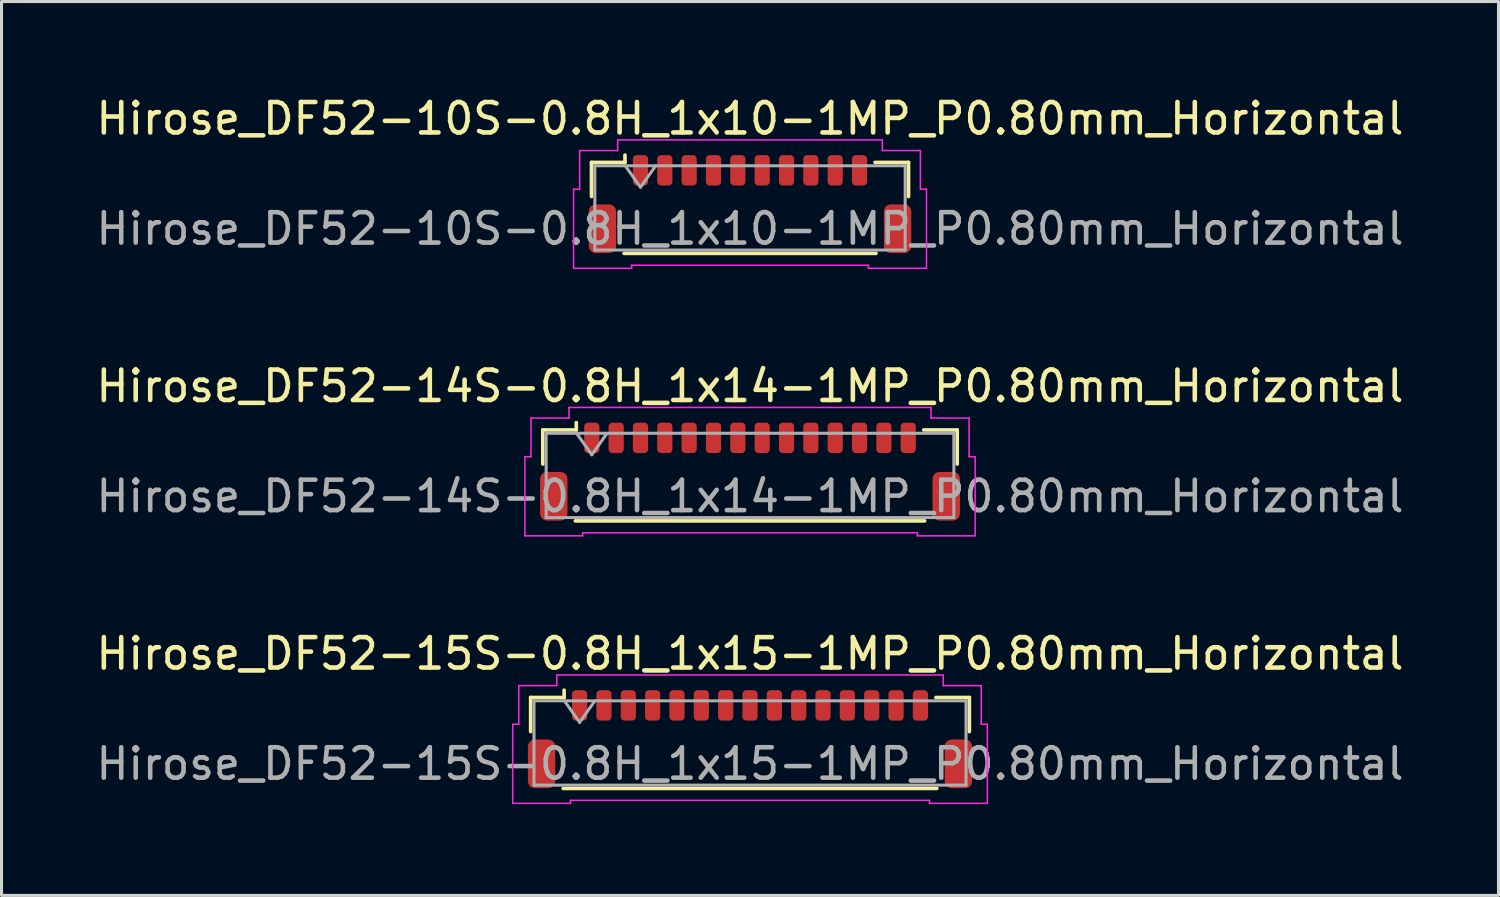
<source format=kicad_pcb>
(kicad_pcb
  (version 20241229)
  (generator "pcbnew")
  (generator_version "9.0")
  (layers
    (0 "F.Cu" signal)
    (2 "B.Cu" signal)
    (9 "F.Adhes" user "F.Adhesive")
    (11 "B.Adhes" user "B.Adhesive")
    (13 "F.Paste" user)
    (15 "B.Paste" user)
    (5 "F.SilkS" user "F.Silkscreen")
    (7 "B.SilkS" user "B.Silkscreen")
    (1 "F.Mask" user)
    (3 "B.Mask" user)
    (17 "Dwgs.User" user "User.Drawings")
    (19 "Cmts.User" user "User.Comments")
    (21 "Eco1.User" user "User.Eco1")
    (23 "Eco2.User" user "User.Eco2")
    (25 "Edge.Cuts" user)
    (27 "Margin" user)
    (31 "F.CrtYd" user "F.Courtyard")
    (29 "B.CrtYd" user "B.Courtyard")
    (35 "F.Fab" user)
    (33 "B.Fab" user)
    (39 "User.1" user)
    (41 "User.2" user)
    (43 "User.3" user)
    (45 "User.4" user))
  (footprint "Hirose_DF52-14S-0.8H_1x14-1MP_P0.80mm_Horizontal"
    (layer "F.Cu")
    (at 21.601 12.451)
    (property "Reference" "Hirose_DF52-14S-0.8H_1x14-1MP_P0.80mm_Horizontal" (at 0 -2.81 0) (layer "F.SilkS") (effects (font (size 1 1) (thickness 0.15))))
    (attr smd)
    (fp_line (start -6.81 -1.37) (end -5.71 -1.37) (stroke (width 0.12) (type solid)) (layer "F.SilkS"))
    (fp_line (start -6.81 -0.25) (end -6.81 -1.37) (stroke (width 0.12) (type solid)) (layer "F.SilkS"))
    (fp_line (start -5.74 1.62) (end 5.74 1.62) (stroke (width 0.12) (type solid)) (layer "F.SilkS"))
    (fp_line (start -5.71 -1.37) (end -5.71 -1.61) (stroke (width 0.12) (type solid)) (layer "F.SilkS"))
    (fp_line (start 6.81 -1.37) (end 5.71 -1.37) (stroke (width 0.12) (type solid)) (layer "F.SilkS"))
    (fp_line (start 6.81 -0.25) (end 6.81 -1.37) (stroke (width 0.12) (type solid)) (layer "F.SilkS"))
    (fp_line (start -7.4 -0.49) (end -7.2 -0.49) (stroke (width 0.05) (type solid)) (layer "F.CrtYd"))
    (fp_line (start -7.4 2.11) (end -7.4 -0.49) (stroke (width 0.05) (type solid)) (layer "F.CrtYd"))
    (fp_line (start -7.2 -1.76) (end -5.95 -1.76) (stroke (width 0.05) (type solid)) (layer "F.CrtYd"))
    (fp_line (start -7.2 -0.49) (end -7.2 -1.76) (stroke (width 0.05) (type solid)) (layer "F.CrtYd"))
    (fp_line (start -5.95 -2.11) (end 5.95 -2.11) (stroke (width 0.05) (type solid)) (layer "F.CrtYd"))
    (fp_line (start -5.95 -1.76) (end -5.95 -2.11) (stroke (width 0.05) (type solid)) (layer "F.CrtYd"))
    (fp_line (start -5.5 2.01) (end -5.5 2.11) (stroke (width 0.05) (type solid)) (layer "F.CrtYd"))
    (fp_line (start -5.5 2.11) (end -7.4 2.11) (stroke (width 0.05) (type solid)) (layer "F.CrtYd"))
    (fp_line (start 5.5 2.01) (end -5.5 2.01) (stroke (width 0.05) (type solid)) (layer "F.CrtYd"))
    (fp_line (start 5.5 2.11) (end 5.5 2.01) (stroke (width 0.05) (type solid)) (layer "F.CrtYd"))
    (fp_line (start 5.95 -2.11) (end 5.95 -1.76) (stroke (width 0.05) (type solid)) (layer "F.CrtYd"))
    (fp_line (start 5.95 -1.76) (end 7.2 -1.76) (stroke (width 0.05) (type solid)) (layer "F.CrtYd"))
    (fp_line (start 7.2 -1.76) (end 7.2 -0.49) (stroke (width 0.05) (type solid)) (layer "F.CrtYd"))
    (fp_line (start 7.2 -0.49) (end 7.4 -0.49) (stroke (width 0.05) (type solid)) (layer "F.CrtYd"))
    (fp_line (start 7.4 -0.49) (end 7.4 2.11) (stroke (width 0.05) (type solid)) (layer "F.CrtYd"))
    (fp_line (start 7.4 2.11) (end 5.5 2.11) (stroke (width 0.05) (type solid)) (layer "F.CrtYd"))
    (fp_line (start -6.7 -1.26) (end -6.7 1.51) (stroke (width 0.1) (type solid)) (layer "F.Fab"))
    (fp_line (start -6.7 -1.26) (end 6.7 -1.26) (stroke (width 0.1) (type solid)) (layer "F.Fab"))
    (fp_line (start -6.7 1.51) (end 6.7 1.51) (stroke (width 0.1) (type solid)) (layer "F.Fab"))
    (fp_line (start -5.7 -1.26) (end -5.2 -0.553) (stroke (width 0.1) (type solid)) (layer "F.Fab"))
    (fp_line (start -5.2 -0.553) (end -4.7 -1.26) (stroke (width 0.1) (type solid)) (layer "F.Fab"))
    (fp_line (start 6.7 -1.26) (end 6.7 1.51) (stroke (width 0.1) (type solid)) (layer "F.Fab"))
    (fp_text user "${REFERENCE}" (at 0 0.81 0) (layer "F.Fab") (effects (font (size 1 1) (thickness 0.15))))
    (pad "1" smd roundrect (at -5.2 -1.11) (size 0.5 1) (layers "F.Cu" "F.Mask" "F.Paste") (roundrect_rratio 0.25))
    (pad "2" smd roundrect (at -4.4 -1.11) (size 0.5 1) (layers "F.Cu" "F.Mask" "F.Paste") (roundrect_rratio 0.25))
    (pad "3" smd roundrect (at -3.6 -1.11) (size 0.5 1) (layers "F.Cu" "F.Mask" "F.Paste") (roundrect_rratio 0.25))
    (pad "4" smd roundrect (at -2.8 -1.11) (size 0.5 1) (layers "F.Cu" "F.Mask" "F.Paste") (roundrect_rratio 0.25))
    (pad "5" smd roundrect (at -2 -1.11) (size 0.5 1) (layers "F.Cu" "F.Mask" "F.Paste") (roundrect_rratio 0.25))
    (pad "6" smd roundrect (at -1.2 -1.11) (size 0.5 1) (layers "F.Cu" "F.Mask" "F.Paste") (roundrect_rratio 0.25))
    (pad "7" smd roundrect (at -0.4 -1.11) (size 0.5 1) (layers "F.Cu" "F.Mask" "F.Paste") (roundrect_rratio 0.25))
    (pad "8" smd roundrect (at 0.4 -1.11) (size 0.5 1) (layers "F.Cu" "F.Mask" "F.Paste") (roundrect_rratio 0.25))
    (pad "9" smd roundrect (at 1.2 -1.11) (size 0.5 1) (layers "F.Cu" "F.Mask" "F.Paste") (roundrect_rratio 0.25))
    (pad "10" smd roundrect (at 2 -1.11) (size 0.5 1) (layers "F.Cu" "F.Mask" "F.Paste") (roundrect_rratio 0.25))
    (pad "11" smd roundrect (at 2.8 -1.11) (size 0.5 1) (layers "F.Cu" "F.Mask" "F.Paste") (roundrect_rratio 0.25))
    (pad "12" smd roundrect (at 3.6 -1.11) (size 0.5 1) (layers "F.Cu" "F.Mask" "F.Paste") (roundrect_rratio 0.25))
    (pad "13" smd roundrect (at 4.4 -1.11) (size 0.5 1) (layers "F.Cu" "F.Mask" "F.Paste") (roundrect_rratio 0.25))
    (pad "14" smd roundrect (at 5.2 -1.11) (size 0.5 1) (layers "F.Cu" "F.Mask" "F.Paste") (roundrect_rratio 0.25))
    (pad "MP" smd roundrect (at -6.45 0.81) (size 0.9 1.6) (layers "F.Cu" "F.Mask" "F.Paste") (roundrect_rratio 0.25))
    (pad "MP" smd roundrect (at 6.45 0.81) (size 0.9 1.6) (layers "F.Cu" "F.Mask" "F.Paste") (roundrect_rratio 0.25)))
  (footprint "Hirose_DF52-15S-0.8H_1x15-1MP_P0.80mm_Horizontal"
    (layer "F.Cu")
    (at 21.601 21.245)
    (property "Reference" "Hirose_DF52-15S-0.8H_1x15-1MP_P0.80mm_Horizontal" (at 0 -2.81 0) (layer "F.SilkS") (effects (font (size 1 1) (thickness 0.15))))
    (attr smd)
    (fp_line (start -7.21 -1.37) (end -6.11 -1.37) (stroke (width 0.12) (type solid)) (layer "F.SilkS"))
    (fp_line (start -7.21 -0.25) (end -7.21 -1.37) (stroke (width 0.12) (type solid)) (layer "F.SilkS"))
    (fp_line (start -6.14 1.62) (end 6.14 1.62) (stroke (width 0.12) (type solid)) (layer "F.SilkS"))
    (fp_line (start -6.11 -1.37) (end -6.11 -1.61) (stroke (width 0.12) (type solid)) (layer "F.SilkS"))
    (fp_line (start 7.21 -1.37) (end 6.11 -1.37) (stroke (width 0.12) (type solid)) (layer "F.SilkS"))
    (fp_line (start 7.21 -0.25) (end 7.21 -1.37) (stroke (width 0.12) (type solid)) (layer "F.SilkS"))
    (fp_line (start -7.8 -0.49) (end -7.6 -0.49) (stroke (width 0.05) (type solid)) (layer "F.CrtYd"))
    (fp_line (start -7.8 2.11) (end -7.8 -0.49) (stroke (width 0.05) (type solid)) (layer "F.CrtYd"))
    (fp_line (start -7.6 -1.76) (end -6.35 -1.76) (stroke (width 0.05) (type solid)) (layer "F.CrtYd"))
    (fp_line (start -7.6 -0.49) (end -7.6 -1.76) (stroke (width 0.05) (type solid)) (layer "F.CrtYd"))
    (fp_line (start -6.35 -2.11) (end 6.35 -2.11) (stroke (width 0.05) (type solid)) (layer "F.CrtYd"))
    (fp_line (start -6.35 -1.76) (end -6.35 -2.11) (stroke (width 0.05) (type solid)) (layer "F.CrtYd"))
    (fp_line (start -5.9 2.01) (end -5.9 2.11) (stroke (width 0.05) (type solid)) (layer "F.CrtYd"))
    (fp_line (start -5.9 2.11) (end -7.8 2.11) (stroke (width 0.05) (type solid)) (layer "F.CrtYd"))
    (fp_line (start 5.9 2.01) (end -5.9 2.01) (stroke (width 0.05) (type solid)) (layer "F.CrtYd"))
    (fp_line (start 5.9 2.11) (end 5.9 2.01) (stroke (width 0.05) (type solid)) (layer "F.CrtYd"))
    (fp_line (start 6.35 -2.11) (end 6.35 -1.76) (stroke (width 0.05) (type solid)) (layer "F.CrtYd"))
    (fp_line (start 6.35 -1.76) (end 7.6 -1.76) (stroke (width 0.05) (type solid)) (layer "F.CrtYd"))
    (fp_line (start 7.6 -1.76) (end 7.6 -0.49) (stroke (width 0.05) (type solid)) (layer "F.CrtYd"))
    (fp_line (start 7.6 -0.49) (end 7.8 -0.49) (stroke (width 0.05) (type solid)) (layer "F.CrtYd"))
    (fp_line (start 7.8 -0.49) (end 7.8 2.11) (stroke (width 0.05) (type solid)) (layer "F.CrtYd"))
    (fp_line (start 7.8 2.11) (end 5.9 2.11) (stroke (width 0.05) (type solid)) (layer "F.CrtYd"))
    (fp_line (start -7.1 -1.26) (end -7.1 1.51) (stroke (width 0.1) (type solid)) (layer "F.Fab"))
    (fp_line (start -7.1 -1.26) (end 7.1 -1.26) (stroke (width 0.1) (type solid)) (layer "F.Fab"))
    (fp_line (start -7.1 1.51) (end 7.1 1.51) (stroke (width 0.1) (type solid)) (layer "F.Fab"))
    (fp_line (start -6.1 -1.26) (end -5.6 -0.553) (stroke (width 0.1) (type solid)) (layer "F.Fab"))
    (fp_line (start -5.6 -0.553) (end -5.1 -1.26) (stroke (width 0.1) (type solid)) (layer "F.Fab"))
    (fp_line (start 7.1 -1.26) (end 7.1 1.51) (stroke (width 0.1) (type solid)) (layer "F.Fab"))
    (fp_text user "${REFERENCE}" (at 0 0.81 0) (layer "F.Fab") (effects (font (size 1 1) (thickness 0.15))))
    (pad "1" smd roundrect (at -5.6 -1.11) (size 0.5 1) (layers "F.Cu" "F.Mask" "F.Paste") (roundrect_rratio 0.25))
    (pad "2" smd roundrect (at -4.8 -1.11) (size 0.5 1) (layers "F.Cu" "F.Mask" "F.Paste") (roundrect_rratio 0.25))
    (pad "3" smd roundrect (at -4 -1.11) (size 0.5 1) (layers "F.Cu" "F.Mask" "F.Paste") (roundrect_rratio 0.25))
    (pad "4" smd roundrect (at -3.2 -1.11) (size 0.5 1) (layers "F.Cu" "F.Mask" "F.Paste") (roundrect_rratio 0.25))
    (pad "5" smd roundrect (at -2.4 -1.11) (size 0.5 1) (layers "F.Cu" "F.Mask" "F.Paste") (roundrect_rratio 0.25))
    (pad "6" smd roundrect (at -1.6 -1.11) (size 0.5 1) (layers "F.Cu" "F.Mask" "F.Paste") (roundrect_rratio 0.25))
    (pad "7" smd roundrect (at -0.8 -1.11) (size 0.5 1) (layers "F.Cu" "F.Mask" "F.Paste") (roundrect_rratio 0.25))
    (pad "8" smd roundrect (at 0 -1.11) (size 0.5 1) (layers "F.Cu" "F.Mask" "F.Paste") (roundrect_rratio 0.25))
    (pad "9" smd roundrect (at 0.8 -1.11) (size 0.5 1) (layers "F.Cu" "F.Mask" "F.Paste") (roundrect_rratio 0.25))
    (pad "10" smd roundrect (at 1.6 -1.11) (size 0.5 1) (layers "F.Cu" "F.Mask" "F.Paste") (roundrect_rratio 0.25))
    (pad "11" smd roundrect (at 2.4 -1.11) (size 0.5 1) (layers "F.Cu" "F.Mask" "F.Paste") (roundrect_rratio 0.25))
    (pad "12" smd roundrect (at 3.2 -1.11) (size 0.5 1) (layers "F.Cu" "F.Mask" "F.Paste") (roundrect_rratio 0.25))
    (pad "13" smd roundrect (at 4 -1.11) (size 0.5 1) (layers "F.Cu" "F.Mask" "F.Paste") (roundrect_rratio 0.25))
    (pad "14" smd roundrect (at 4.8 -1.11) (size 0.5 1) (layers "F.Cu" "F.Mask" "F.Paste") (roundrect_rratio 0.25))
    (pad "15" smd roundrect (at 5.6 -1.11) (size 0.5 1) (layers "F.Cu" "F.Mask" "F.Paste") (roundrect_rratio 0.25))
    (pad "MP" smd roundrect (at -6.85 0.81) (size 0.9 1.6) (layers "F.Cu" "F.Mask" "F.Paste") (roundrect_rratio 0.25))
    (pad "MP" smd roundrect (at 6.85 0.81) (size 0.9 1.6) (layers "F.Cu" "F.Mask" "F.Paste") (roundrect_rratio 0.25)))
  (footprint "Hirose_DF52-10S-0.8H_1x10-1MP_P0.80mm_Horizontal"
    (layer "F.Cu")
    (at 21.601 3.658)
    (property "Reference" "Hirose_DF52-10S-0.8H_1x10-1MP_P0.80mm_Horizontal" (at 0 -2.81 0) (layer "F.SilkS") (effects (font (size 1 1) (thickness 0.15))))
    (attr smd)
    (fp_line (start -5.21 -1.37) (end -4.11 -1.37) (stroke (width 0.12) (type solid)) (layer "F.SilkS"))
    (fp_line (start -5.21 -0.25) (end -5.21 -1.37) (stroke (width 0.12) (type solid)) (layer "F.SilkS"))
    (fp_line (start -4.14 1.62) (end 4.14 1.62) (stroke (width 0.12) (type solid)) (layer "F.SilkS"))
    (fp_line (start -4.11 -1.37) (end -4.11 -1.61) (stroke (width 0.12) (type solid)) (layer "F.SilkS"))
    (fp_line (start 5.21 -1.37) (end 4.11 -1.37) (stroke (width 0.12) (type solid)) (layer "F.SilkS"))
    (fp_line (start 5.21 -0.25) (end 5.21 -1.37) (stroke (width 0.12) (type solid)) (layer "F.SilkS"))
    (fp_line (start -5.8 -0.49) (end -5.6 -0.49) (stroke (width 0.05) (type solid)) (layer "F.CrtYd"))
    (fp_line (start -5.8 2.11) (end -5.8 -0.49) (stroke (width 0.05) (type solid)) (layer "F.CrtYd"))
    (fp_line (start -5.6 -1.76) (end -4.35 -1.76) (stroke (width 0.05) (type solid)) (layer "F.CrtYd"))
    (fp_line (start -5.6 -0.49) (end -5.6 -1.76) (stroke (width 0.05) (type solid)) (layer "F.CrtYd"))
    (fp_line (start -4.35 -2.11) (end 4.35 -2.11) (stroke (width 0.05) (type solid)) (layer "F.CrtYd"))
    (fp_line (start -4.35 -1.76) (end -4.35 -2.11) (stroke (width 0.05) (type solid)) (layer "F.CrtYd"))
    (fp_line (start -3.89 2.01) (end -3.89 2.11) (stroke (width 0.05) (type solid)) (layer "F.CrtYd"))
    (fp_line (start -3.89 2.11) (end -5.8 2.11) (stroke (width 0.05) (type solid)) (layer "F.CrtYd"))
    (fp_line (start 3.89 2.01) (end -3.89 2.01) (stroke (width 0.05) (type solid)) (layer "F.CrtYd"))
    (fp_line (start 3.89 2.11) (end 3.89 2.01) (stroke (width 0.05) (type solid)) (layer "F.CrtYd"))
    (fp_line (start 4.35 -2.11) (end 4.35 -1.76) (stroke (width 0.05) (type solid)) (layer "F.CrtYd"))
    (fp_line (start 4.35 -1.76) (end 5.6 -1.76) (stroke (width 0.05) (type solid)) (layer "F.CrtYd"))
    (fp_line (start 5.6 -1.76) (end 5.6 -0.49) (stroke (width 0.05) (type solid)) (layer "F.CrtYd"))
    (fp_line (start 5.6 -0.49) (end 5.8 -0.49) (stroke (width 0.05) (type solid)) (layer "F.CrtYd"))
    (fp_line (start 5.8 -0.49) (end 5.8 2.11) (stroke (width 0.05) (type solid)) (layer "F.CrtYd"))
    (fp_line (start 5.8 2.11) (end 3.89 2.11) (stroke (width 0.05) (type solid)) (layer "F.CrtYd"))
    (fp_line (start -5.1 -1.26) (end -5.1 1.51) (stroke (width 0.1) (type solid)) (layer "F.Fab"))
    (fp_line (start -5.1 -1.26) (end 5.1 -1.26) (stroke (width 0.1) (type solid)) (layer "F.Fab"))
    (fp_line (start -5.1 1.51) (end 5.1 1.51) (stroke (width 0.1) (type solid)) (layer "F.Fab"))
    (fp_line (start -4.1 -1.26) (end -3.6 -0.553) (stroke (width 0.1) (type solid)) (layer "F.Fab"))
    (fp_line (start -3.6 -0.553) (end -3.1 -1.26) (stroke (width 0.1) (type solid)) (layer "F.Fab"))
    (fp_line (start 5.1 -1.26) (end 5.1 1.51) (stroke (width 0.1) (type solid)) (layer "F.Fab"))
    (fp_text user "${REFERENCE}" (at 0 0.81 0) (layer "F.Fab") (effects (font (size 1 1) (thickness 0.15))))
    (pad "1" smd roundrect (at -3.6 -1.11) (size 0.5 1) (layers "F.Cu" "F.Mask" "F.Paste") (roundrect_rratio 0.25))
    (pad "2" smd roundrect (at -2.8 -1.11) (size 0.5 1) (layers "F.Cu" "F.Mask" "F.Paste") (roundrect_rratio 0.25))
    (pad "3" smd roundrect (at -2 -1.11) (size 0.5 1) (layers "F.Cu" "F.Mask" "F.Paste") (roundrect_rratio 0.25))
    (pad "4" smd roundrect (at -1.2 -1.11) (size 0.5 1) (layers "F.Cu" "F.Mask" "F.Paste") (roundrect_rratio 0.25))
    (pad "5" smd roundrect (at -0.4 -1.11) (size 0.5 1) (layers "F.Cu" "F.Mask" "F.Paste") (roundrect_rratio 0.25))
    (pad "6" smd roundrect (at 0.4 -1.11) (size 0.5 1) (layers "F.Cu" "F.Mask" "F.Paste") (roundrect_rratio 0.25))
    (pad "7" smd roundrect (at 1.2 -1.11) (size 0.5 1) (layers "F.Cu" "F.Mask" "F.Paste") (roundrect_rratio 0.25))
    (pad "8" smd roundrect (at 2 -1.11) (size 0.5 1) (layers "F.Cu" "F.Mask" "F.Paste") (roundrect_rratio 0.25))
    (pad "9" smd roundrect (at 2.8 -1.11) (size 0.5 1) (layers "F.Cu" "F.Mask" "F.Paste") (roundrect_rratio 0.25))
    (pad "10" smd roundrect (at 3.6 -1.11) (size 0.5 1) (layers "F.Cu" "F.Mask" "F.Paste") (roundrect_rratio 0.25))
    (pad "MP" smd roundrect (at -4.85 0.81) (size 0.9 1.6) (layers "F.Cu" "F.Mask" "F.Paste") (roundrect_rratio 0.25))
    (pad "MP" smd roundrect (at 4.85 0.81) (size 0.9 1.6) (layers "F.Cu" "F.Mask" "F.Paste") (roundrect_rratio 0.25)))
  (gr_rect
    (start -3 -3)
    (end 46.202 26.38)
    (stroke (width 0.1) (type default))
    (fill no)
    (layer "Edge.Cuts")))
</source>
